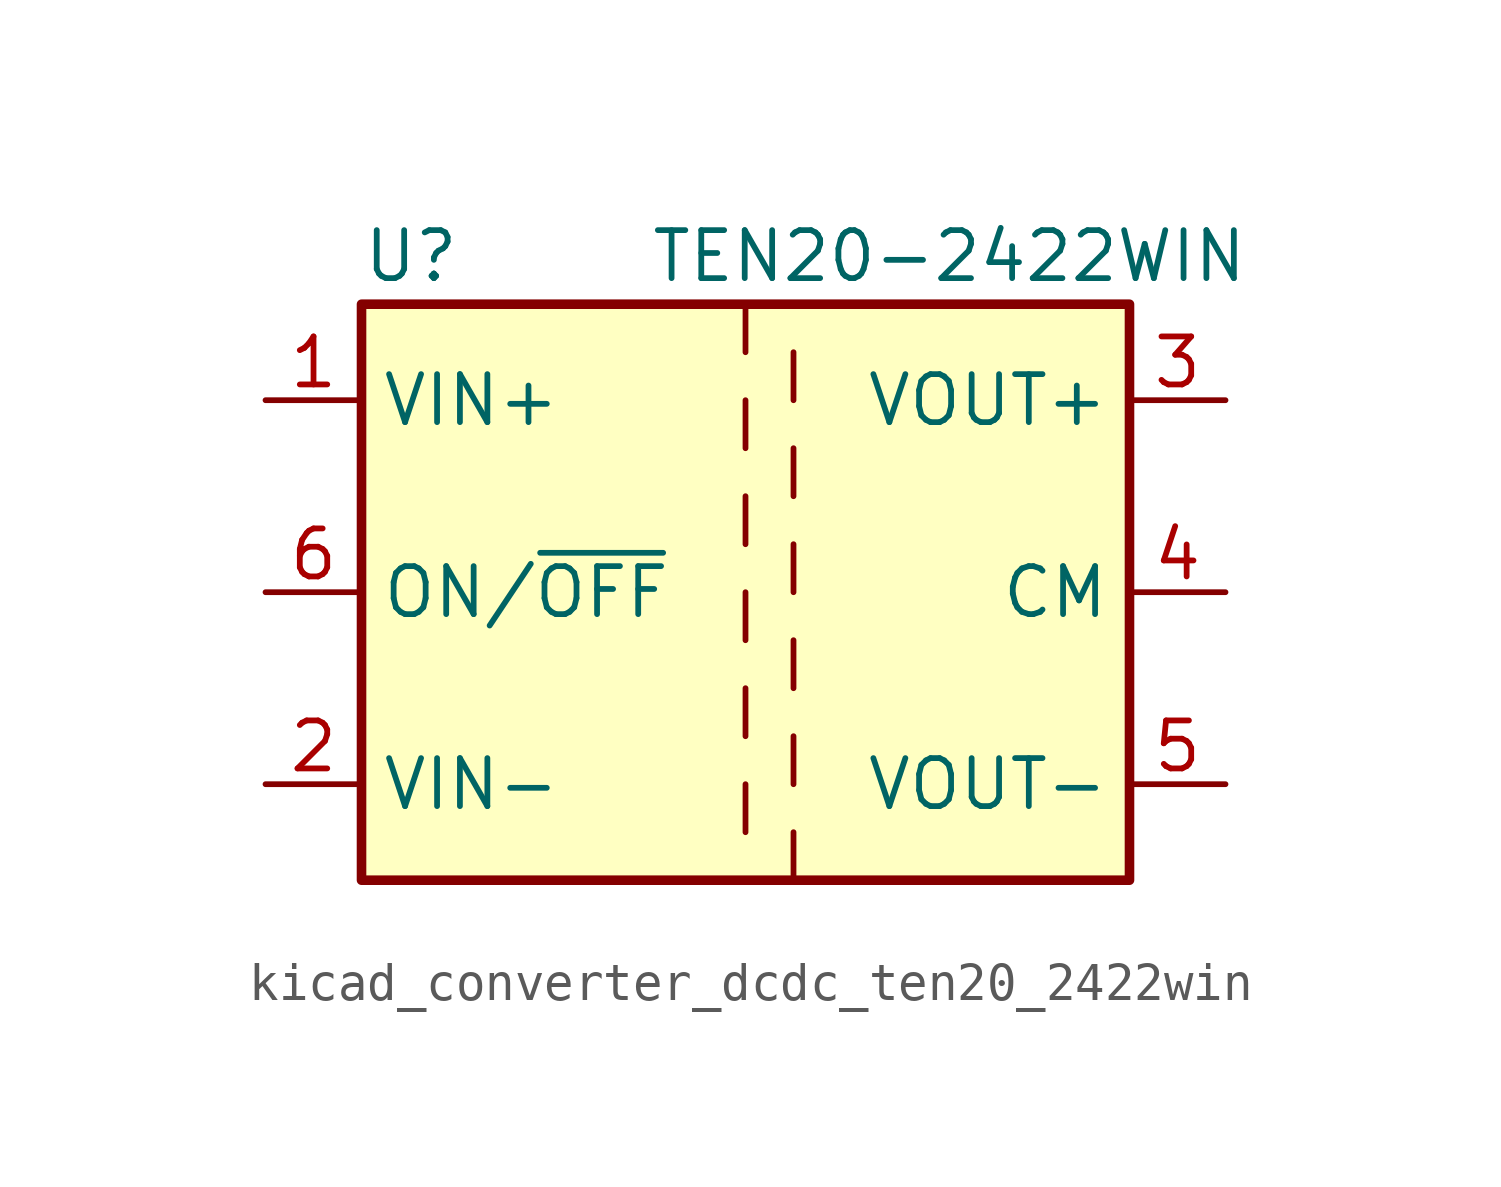
<source format=kicad_sym>
(kicad_symbol_lib
  (version 20220914)
  (generator kicad_symbol_editor)
  (symbol "kicad_converter_dcdc_ten20_2422win"
    (property "Reference" "U"
      (at -10.16 8.89 0)
      (effects (font (size 1.27 1.27)) (justify left)))
    (property "Value" "TEN20-2422WIN"
      (at -2.54 8.89 0)
      (effects (font (size 1.27 1.27)) (justify left)))
    (symbol "kicad_converter_dcdc_ten20_2422win_0_1"
      (rectangle (start -10.16 7.62) (end 10.16 -7.62) (stroke (width 0.254) (type default)) (fill (type background)))
      (polyline (pts (xy 0 -5.08) (xy 0 -6.35)) (stroke (width 0) (type default)) (fill (type none)))
      (polyline (pts (xy 0 -2.54) (xy 0 -3.81)) (stroke (width 0) (type default)) (fill (type none)))
      (polyline (pts (xy 0 0) (xy 0 -1.27)) (stroke (width 0) (type default)) (fill (type none)))
      (polyline (pts (xy 0 2.54) (xy 0 1.27)) (stroke (width 0) (type default)) (fill (type none)))
      (polyline (pts (xy 0 5.08) (xy 0 3.81)) (stroke (width 0) (type default)) (fill (type none)))
      (polyline (pts (xy 0 7.62) (xy 0 6.35)) (stroke (width 0) (type default)) (fill (type none)))
      (polyline (pts (xy 1.27 -7.62) (xy 1.27 -6.35)) (stroke (width 0) (type default)) (fill (type none)))
      (polyline (pts (xy 1.27 -5.08) (xy 1.27 -3.81)) (stroke (width 0) (type default)) (fill (type none)))
      (polyline (pts (xy 1.27 -2.54) (xy 1.27 -1.27)) (stroke (width 0) (type default)) (fill (type none)))
      (polyline (pts (xy 1.27 0) (xy 1.27 1.27)) (stroke (width 0) (type default)) (fill (type none)))
      (polyline (pts (xy 1.27 2.54) (xy 1.27 3.81)) (stroke (width 0) (type default)) (fill (type none)))
      (polyline (pts (xy 1.27 5.08) (xy 1.27 6.35)) (stroke (width 0) (type default)) (fill (type none))))
    (symbol "kicad_converter_dcdc_ten20_2422win_1_1"
      (pin power_in line (at -12.7 5.08 0) (length 2.54) (name "VIN+" (effects (font (size 1.27 1.27)))) (number "1" (effects (font (size 1.27 1.27)))))
      (pin power_in line (at -12.7 -5.08 0) (length 2.54) (name "VIN-" (effects (font (size 1.27 1.27)))) (number "2" (effects (font (size 1.27 1.27)))))
      (pin power_out line (at 12.7 5.08 180) (length 2.54) (name "VOUT+" (effects (font (size 1.27 1.27)))) (number "3" (effects (font (size 1.27 1.27)))))
      (pin power_out line (at 12.7 0 180) (length 2.54) (name "CM" (effects (font (size 1.27 1.27)))) (number "4" (effects (font (size 1.27 1.27)))))
      (pin power_out line (at 12.7 -5.08 180) (length 2.54) (name "VOUT-" (effects (font (size 1.27 1.27)))) (number "5" (effects (font (size 1.27 1.27)))))
      (pin input line (at -12.7 0 0) (length 2.54) (name "ON/~{OFF}" (effects (font (size 1.27 1.27)))) (number "6" (effects (font (size 1.27 1.27))))))))
</source>
